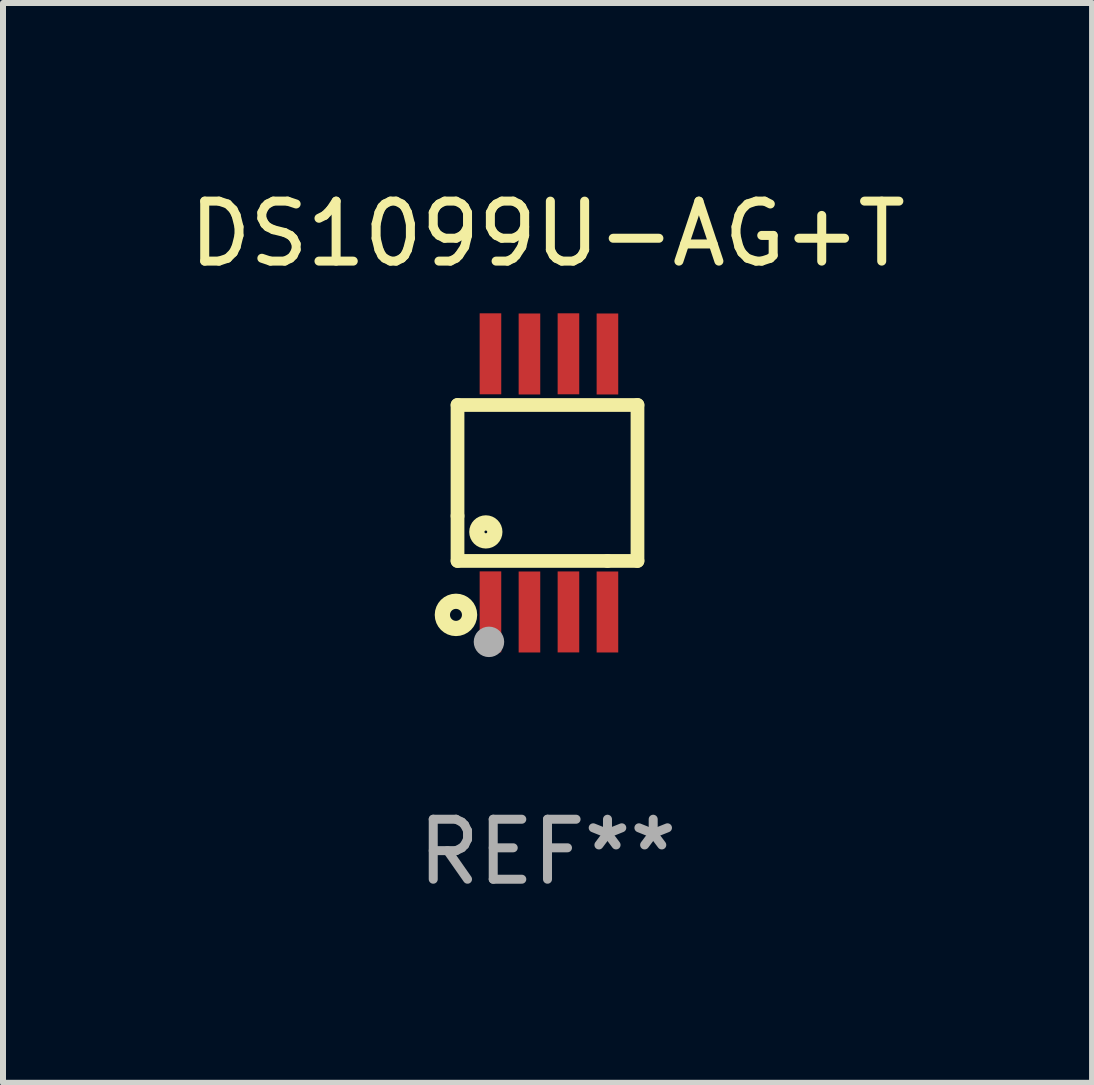
<source format=kicad_pcb>
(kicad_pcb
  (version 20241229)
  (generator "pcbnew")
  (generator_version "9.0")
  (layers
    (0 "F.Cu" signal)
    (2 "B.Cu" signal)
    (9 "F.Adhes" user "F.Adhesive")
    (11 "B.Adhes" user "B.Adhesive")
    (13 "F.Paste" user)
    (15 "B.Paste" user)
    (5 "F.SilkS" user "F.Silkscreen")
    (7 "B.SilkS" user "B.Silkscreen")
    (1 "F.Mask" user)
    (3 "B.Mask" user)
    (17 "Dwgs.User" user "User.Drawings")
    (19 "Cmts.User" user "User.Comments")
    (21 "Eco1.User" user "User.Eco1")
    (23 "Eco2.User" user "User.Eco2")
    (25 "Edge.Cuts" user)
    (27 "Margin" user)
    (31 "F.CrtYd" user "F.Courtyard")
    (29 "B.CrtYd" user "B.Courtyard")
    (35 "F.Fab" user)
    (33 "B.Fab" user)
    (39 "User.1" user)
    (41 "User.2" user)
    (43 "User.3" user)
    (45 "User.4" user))
  (footprint "DS1099U-AG+T"
    (layer "F.Cu")
    (at 6.077 5)
    (property "Reference" "DS1099U-AG+T" (at 0 -4.152 0) (layer "F.SilkS") (effects (font (size 1 1) (thickness 0.15))))
    (attr through_hole)
    (fp_line (start -1.5 1.301) (end 1 1.301) (stroke (width 0.229) (type solid)) (layer "F.SilkS"))
    (fp_line (start -1.5 -1.299) (end -1.5 0.551) (stroke (width 0.229) (type solid)) (layer "F.SilkS"))
    (fp_line (start -1.5 0.551) (end -1.5 1.301) (stroke (width 0.229) (type solid)) (layer "F.SilkS"))
    (fp_line (start 1 1.301) (end 1.5 1.301) (stroke (width 0.229) (type solid)) (layer "F.SilkS"))
    (fp_line (start 1.5 1.301) (end 1.5 -1.299) (stroke (width 0.229) (type solid)) (layer "F.SilkS"))
    (fp_line (start 1.5 -1.299) (end -1.5 -1.299) (stroke (width 0.229) (type solid)) (layer "F.SilkS"))
    (fp_circle (center -1.526 2.2) (end -1.426 2.2) (stroke (width 0.254) (type solid)) (fill no) (layer "F.SilkS"))
    (fp_circle (center -1.476 2.45) (end -1.446 2.45) (stroke (width 0.06) (type solid)) (fill no) (layer "F.SilkS"))
    (fp_circle (center -1.028 0.817) (end -0.878 0.817) (stroke (width 0.254) (type solid)) (fill no) (layer "F.SilkS"))
    (fp_circle (center -0.976 2.65) (end -0.849 2.65) (stroke (width 0.254) (type solid)) (fill no) (layer "F.Fab"))
    (fp_text user "REF**" (at 0 6.152 0) (layer "F.Fab") (effects (font (size 1 1) (thickness 0.15))))
    (pad "1" smd rect (at -0.951 2.15) (size 0.36 1.35) (layers "F.Cu" "F.Mask" "F.Paste"))
    (pad "2" smd rect (at -0.301 2.152) (size 0.36 1.35) (layers "F.Cu" "F.Mask" "F.Paste"))
    (pad "3" smd rect (at 0.349 2.151) (size 0.36 1.35) (layers "F.Cu" "F.Mask" "F.Paste"))
    (pad "4" smd rect (at 0.999 2.152) (size 0.36 1.35) (layers "F.Cu" "F.Mask" "F.Paste"))
    (pad "5" smd rect (at 0.999 -2.149) (size 0.36 1.35) (layers "F.Cu" "F.Mask" "F.Paste"))
    (pad "6" smd rect (at 0.349 -2.152) (size 0.36 1.35) (layers "F.Cu" "F.Mask" "F.Paste"))
    (pad "7" smd rect (at -0.301 -2.149) (size 0.36 1.35) (layers "F.Cu" "F.Mask" "F.Paste"))
    (pad "8" smd rect (at -0.951 -2.152) (size 0.36 1.35) (layers "F.Cu" "F.Mask" "F.Paste")))
  (gr_rect
    (start -3 -3)
    (end 15.155 15.001)
    (stroke (width 0.1) (type default))
    (fill no)
    (layer "Edge.Cuts")))
</source>
